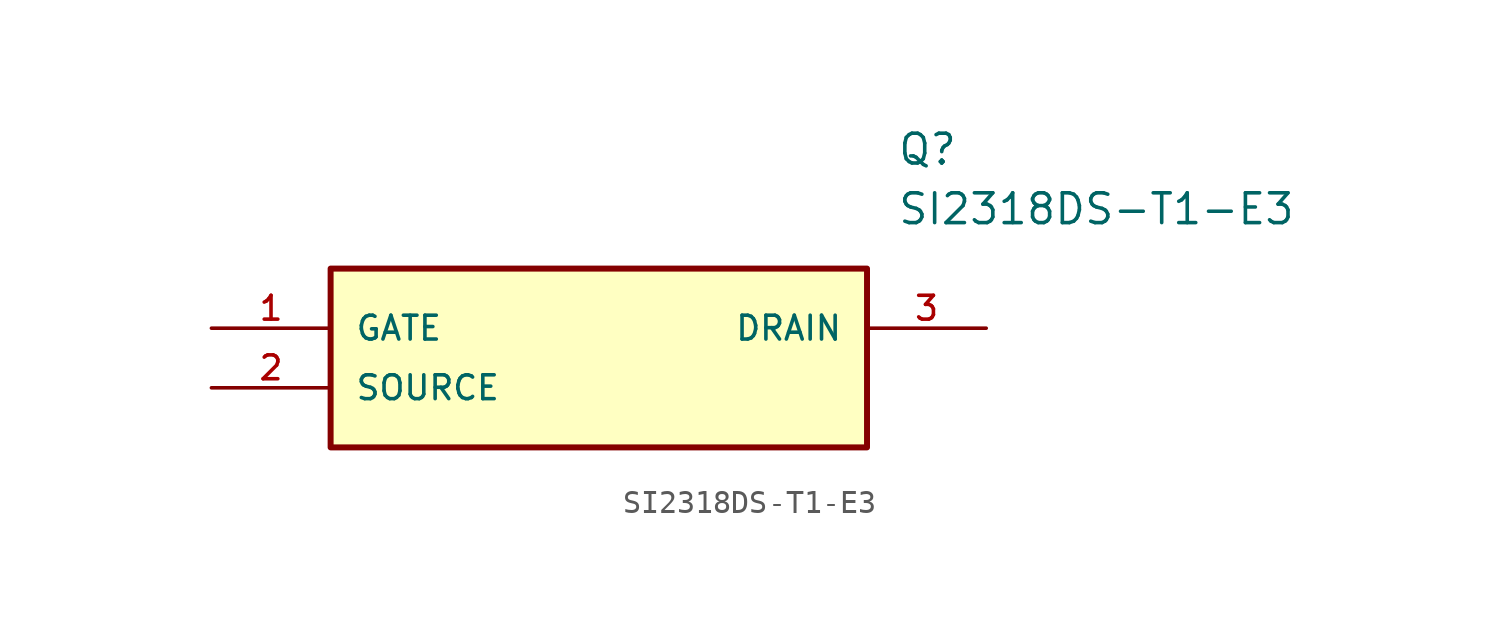
<source format=kicad_sym>
(kicad_symbol_lib
  (version 20211014)
  (generator kicad_symbol_editor)
  (symbol "SI2318DS-T1-E3"
    (pin_names
      (offset 1.016))
    (property "Reference" "Q"
      (at 29.21 7.62 0)
      (effects (font (size 1.27 1.27)) (justify left)))
    (property "Value" "SI2318DS-T1-E3"
      (at 29.21 5.08 0)
      (effects (font (size 1.27 1.27)) (justify left)))
    (symbol "SI2318DS-T1-E3_0_0"
      (rectangle (start 5.08 -5.08) (end 27.94 2.54) (stroke (width 0.254)) (fill (type background)))
      (pin input line (at 0.0 0.0 0) (length 5.08) (name "GATE" (effects (font (size 1.016 1.016)))) (number "1" (effects (font (size 1.016 1.016)))))
      (pin power_in line (at 0.0 -2.54 0) (length 5.08) (name "SOURCE" (effects (font (size 1.016 1.016)))) (number "2" (effects (font (size 1.016 1.016)))))
      (pin output line (at 33.02 0.0 180.0) (length 5.08) (name "DRAIN" (effects (font (size 1.016 1.016)))) (number "3" (effects (font (size 1.016 1.016))))))))
</source>
